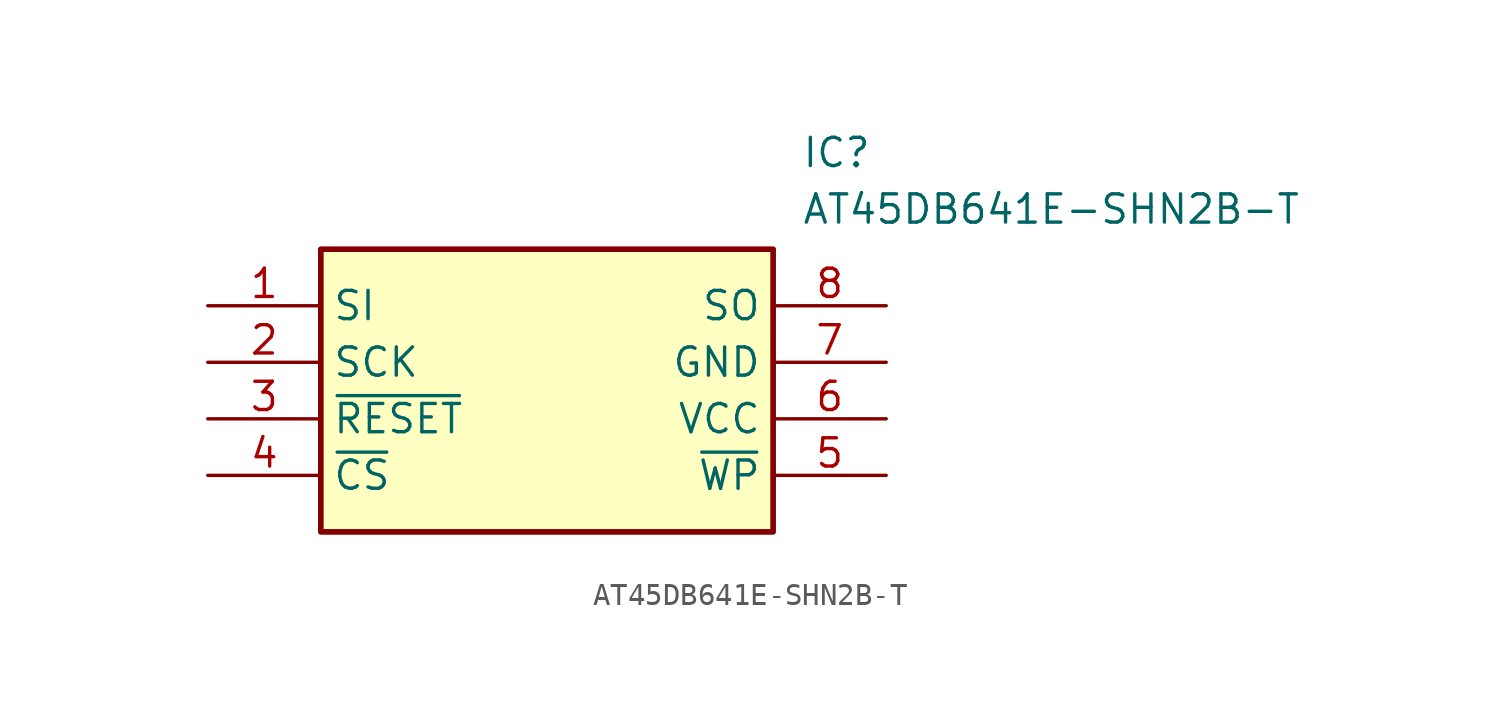
<source format=kicad_sym>
(kicad_symbol_lib
  (version 20211014)
  (generator SamacSys_ECAD_Model)
  (symbol "AT45DB641E-SHN2B-T"
    (property "Reference" "IC"
      (at 26.67 7.62 0)
      (effects (font (size 1.27 1.27)) (justify left top)))
    (property "Value" "AT45DB641E-SHN2B-T"
      (at 26.67 5.08 0)
      (effects (font (size 1.27 1.27)) (justify left top)))
    (rectangle
      (start 5.08 2.54)
      (end 25.4 -10.16)
      (stroke (width 0.254) (type default))
      (fill (type background)))
    (pin passive line
      (at 0 0 0)
      (length 5.08)
      (name "SI" (effects (font (size 1.27 1.27))))
      (number "1" (effects (font (size 1.27 1.27)))))
    (pin passive line
      (at 0 -2.54 0)
      (length 5.08)
      (name "SCK" (effects (font (size 1.27 1.27))))
      (number "2" (effects (font (size 1.27 1.27)))))
    (pin passive line
      (at 0 -5.08 0)
      (length 5.08)
      (name "~{RESET}" (effects (font (size 1.27 1.27))))
      (number "3" (effects (font (size 1.27 1.27)))))
    (pin passive line
      (at 0 -7.62 0)
      (length 5.08)
      (name "~{CS}" (effects (font (size 1.27 1.27))))
      (number "4" (effects (font (size 1.27 1.27)))))
    (pin passive line
      (at 30.48 0 180)
      (length 5.08)
      (name "SO" (effects (font (size 1.27 1.27))))
      (number "8" (effects (font (size 1.27 1.27)))))
    (pin passive line
      (at 30.48 -2.54 180)
      (length 5.08)
      (name "GND" (effects (font (size 1.27 1.27))))
      (number "7" (effects (font (size 1.27 1.27)))))
    (pin passive line
      (at 30.48 -5.08 180)
      (length 5.08)
      (name "VCC" (effects (font (size 1.27 1.27))))
      (number "6" (effects (font (size 1.27 1.27)))))
    (pin passive line
      (at 30.48 -7.62 180)
      (length 5.08)
      (name "~{WP}" (effects (font (size 1.27 1.27))))
      (number "5" (effects (font (size 1.27 1.27)))))))
</source>
